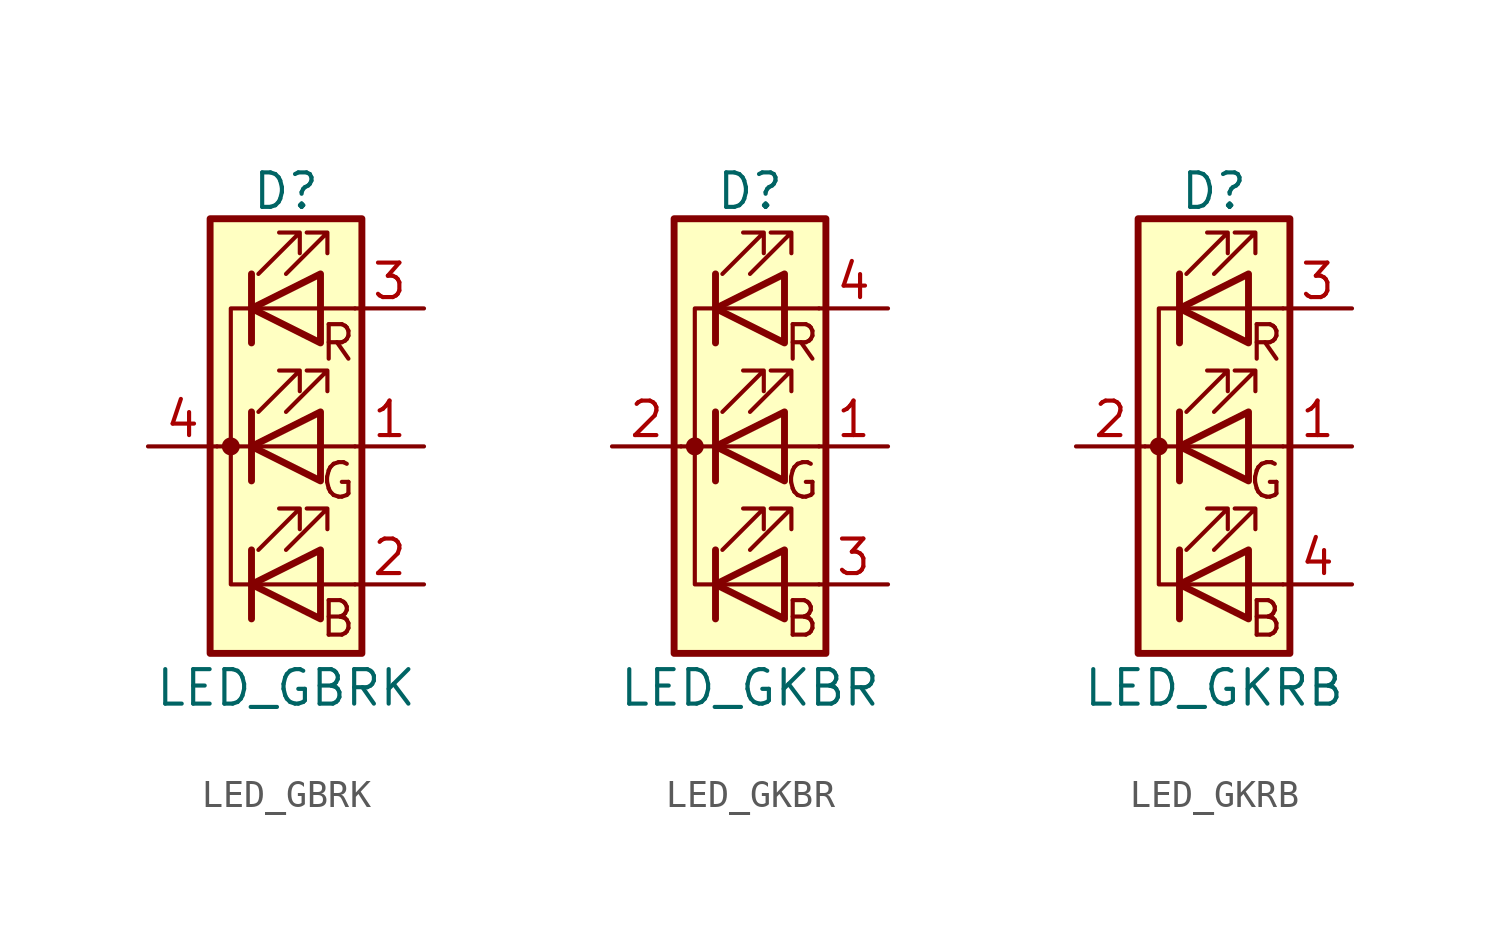
<source format=kicad_sym>
(kicad_symbol_lib
  (version 20201005)
  (generator kicad_symbol_editor)
  (symbol "LED_GBRK"
    (pin_names
      (offset 0) hide)
    (property "Reference" "D"
      (at 0 9.398 0)
      (effects (font (size 1.27 1.27))))
    (property "Value" "LED_GBRK"
      (at 0 -8.89 0)
      (effects (font (size 1.27 1.27))))
    (symbol "LED_GBRK_0_0"
      (text "B" (at 1.905 -6.35 0) (effects (font (size 1.27 1.27))))
      (text "G" (at 1.905 -1.27 0) (effects (font (size 1.27 1.27))))
      (text "R" (at 1.905 3.81 0) (effects (font (size 1.27 1.27)))))
    (symbol "LED_GBRK_0_1"
      (circle (center -2.032 0) (radius 0.254) (stroke (width 0)) (fill (type outline)))
      (rectangle (start 1.27 -1.27) (end 1.27 1.27) (stroke (width 0)) (fill (type none)))
      (rectangle (start 1.27 1.27) (end 1.27 1.27) (stroke (width 0)) (fill (type none)))
      (rectangle (start 1.27 3.81) (end 1.27 6.35) (stroke (width 0)) (fill (type none)))
      (rectangle (start 1.27 6.35) (end 1.27 6.35) (stroke (width 0)) (fill (type none)))
      (rectangle (start 2.794 8.382) (end -2.794 -7.62) (stroke (width 0.254)) (fill (type background)))
      (polyline (pts (xy -1.27 -5.08) (xy 1.27 -5.08)) (stroke (width 0)) (fill (type none)))
      (polyline (pts (xy -1.27 -3.81) (xy -1.27 -6.35)) (stroke (width 0.254)) (fill (type none)))
      (polyline (pts (xy -1.27 0) (xy -2.54 0)) (stroke (width 0)) (fill (type none)))
      (polyline (pts (xy -1.27 1.27) (xy -1.27 -1.27)) (stroke (width 0.254)) (fill (type none)))
      (polyline (pts (xy -1.27 5.08) (xy 1.27 5.08)) (stroke (width 0)) (fill (type none)))
      (polyline (pts (xy -1.27 6.35) (xy -1.27 3.81)) (stroke (width 0.254)) (fill (type none)))
      (polyline (pts (xy 1.27 -5.08) (xy 2.54 -5.08)) (stroke (width 0)) (fill (type none)))
      (polyline (pts (xy 1.27 0) (xy -1.27 0)) (stroke (width 0)) (fill (type none)))
      (polyline (pts (xy 1.27 0) (xy 2.54 0)) (stroke (width 0)) (fill (type none)))
      (polyline (pts (xy 1.27 5.08) (xy 2.54 5.08)) (stroke (width 0)) (fill (type none)))
      (polyline (pts (xy -1.27 1.27) (xy -1.27 -1.27) (xy -1.27 -1.27)) (stroke (width 0)) (fill (type none)))
      (polyline (pts (xy -1.27 6.35) (xy -1.27 3.81) (xy -1.27 3.81)) (stroke (width 0)) (fill (type none)))
      (polyline (pts (xy -1.27 5.08) (xy -2.032 5.08) (xy -2.032 -5.08) (xy -1.016 -5.08)) (stroke (width 0)) (fill (type none)))
      (polyline (pts (xy 1.27 -3.81) (xy 1.27 -6.35) (xy -1.27 -5.08) (xy 1.27 -3.81)) (stroke (width 0.254)) (fill (type none)))
      (polyline (pts (xy 1.27 1.27) (xy 1.27 -1.27) (xy -1.27 0) (xy 1.27 1.27)) (stroke (width 0.254)) (fill (type none)))
      (polyline (pts (xy 1.27 6.35) (xy 1.27 3.81) (xy -1.27 5.08) (xy 1.27 6.35)) (stroke (width 0.254)) (fill (type none)))
      (polyline (pts (xy -1.016 -3.81) (xy 0.508 -2.286) (xy -0.254 -2.286) (xy 0.508 -2.286) (xy 0.508 -3.048)) (stroke (width 0)) (fill (type none)))
      (polyline (pts (xy -1.016 1.27) (xy 0.508 2.794) (xy -0.254 2.794) (xy 0.508 2.794) (xy 0.508 2.032)) (stroke (width 0)) (fill (type none)))
      (polyline (pts (xy -1.016 6.35) (xy 0.508 7.874) (xy -0.254 7.874) (xy 0.508 7.874) (xy 0.508 7.112)) (stroke (width 0)) (fill (type none)))
      (polyline (pts (xy 0 -3.81) (xy 1.524 -2.286) (xy 0.762 -2.286) (xy 1.524 -2.286) (xy 1.524 -3.048)) (stroke (width 0)) (fill (type none)))
      (polyline (pts (xy 0 1.27) (xy 1.524 2.794) (xy 0.762 2.794) (xy 1.524 2.794) (xy 1.524 2.032)) (stroke (width 0)) (fill (type none)))
      (polyline (pts (xy 0 6.35) (xy 1.524 7.874) (xy 0.762 7.874) (xy 1.524 7.874) (xy 1.524 7.112)) (stroke (width 0)) (fill (type none))))
    (symbol "LED_GBRK_1_1"
      (pin passive line (at 5.08 0 180) (length 2.54) (name "GA" (effects (font (size 1.27 1.27)))) (number "1" (effects (font (size 1.27 1.27)))))
      (pin passive line (at 5.08 -5.08 180) (length 2.54) (name "BA" (effects (font (size 1.27 1.27)))) (number "2" (effects (font (size 1.27 1.27)))))
      (pin passive line (at 5.08 5.08 180) (length 2.54) (name "RA" (effects (font (size 1.27 1.27)))) (number "3" (effects (font (size 1.27 1.27)))))
      (pin passive line (at -5.08 0 0) (length 2.54) (name "K" (effects (font (size 1.27 1.27)))) (number "4" (effects (font (size 1.27 1.27)))))))
  (symbol "LED_GKBR"
    (pin_names
      (offset 0) hide)
    (property "Reference" "D"
      (at 0 9.398 0)
      (effects (font (size 1.27 1.27))))
    (property "Value" "LED_GKBR"
      (at 0 -8.89 0)
      (effects (font (size 1.27 1.27))))
    (symbol "LED_GKBR_0_0"
      (text "B" (at 1.905 -6.35 0) (effects (font (size 1.27 1.27))))
      (text "G" (at 1.905 -1.27 0) (effects (font (size 1.27 1.27))))
      (text "R" (at 1.905 3.81 0) (effects (font (size 1.27 1.27)))))
    (symbol "LED_GKBR_0_1"
      (circle (center -2.032 0) (radius 0.254) (stroke (width 0)) (fill (type outline)))
      (rectangle (start 1.27 -1.27) (end 1.27 1.27) (stroke (width 0)) (fill (type none)))
      (rectangle (start 1.27 1.27) (end 1.27 1.27) (stroke (width 0)) (fill (type none)))
      (rectangle (start 1.27 3.81) (end 1.27 6.35) (stroke (width 0)) (fill (type none)))
      (rectangle (start 1.27 6.35) (end 1.27 6.35) (stroke (width 0)) (fill (type none)))
      (rectangle (start 2.794 8.382) (end -2.794 -7.62) (stroke (width 0.254)) (fill (type background)))
      (polyline (pts (xy -1.27 -5.08) (xy 1.27 -5.08)) (stroke (width 0)) (fill (type none)))
      (polyline (pts (xy -1.27 -3.81) (xy -1.27 -6.35)) (stroke (width 0.254)) (fill (type none)))
      (polyline (pts (xy -1.27 0) (xy -2.54 0)) (stroke (width 0)) (fill (type none)))
      (polyline (pts (xy -1.27 1.27) (xy -1.27 -1.27)) (stroke (width 0.254)) (fill (type none)))
      (polyline (pts (xy -1.27 5.08) (xy 1.27 5.08)) (stroke (width 0)) (fill (type none)))
      (polyline (pts (xy -1.27 6.35) (xy -1.27 3.81)) (stroke (width 0.254)) (fill (type none)))
      (polyline (pts (xy 1.27 -5.08) (xy 2.54 -5.08)) (stroke (width 0)) (fill (type none)))
      (polyline (pts (xy 1.27 0) (xy -1.27 0)) (stroke (width 0)) (fill (type none)))
      (polyline (pts (xy 1.27 0) (xy 2.54 0)) (stroke (width 0)) (fill (type none)))
      (polyline (pts (xy 1.27 5.08) (xy 2.54 5.08)) (stroke (width 0)) (fill (type none)))
      (polyline (pts (xy -1.27 1.27) (xy -1.27 -1.27) (xy -1.27 -1.27)) (stroke (width 0)) (fill (type none)))
      (polyline (pts (xy -1.27 6.35) (xy -1.27 3.81) (xy -1.27 3.81)) (stroke (width 0)) (fill (type none)))
      (polyline (pts (xy -1.27 5.08) (xy -2.032 5.08) (xy -2.032 -5.08) (xy -1.016 -5.08)) (stroke (width 0)) (fill (type none)))
      (polyline (pts (xy 1.27 -3.81) (xy 1.27 -6.35) (xy -1.27 -5.08) (xy 1.27 -3.81)) (stroke (width 0.254)) (fill (type none)))
      (polyline (pts (xy 1.27 1.27) (xy 1.27 -1.27) (xy -1.27 0) (xy 1.27 1.27)) (stroke (width 0.254)) (fill (type none)))
      (polyline (pts (xy 1.27 6.35) (xy 1.27 3.81) (xy -1.27 5.08) (xy 1.27 6.35)) (stroke (width 0.254)) (fill (type none)))
      (polyline (pts (xy -1.016 -3.81) (xy 0.508 -2.286) (xy -0.254 -2.286) (xy 0.508 -2.286) (xy 0.508 -3.048)) (stroke (width 0)) (fill (type none)))
      (polyline (pts (xy -1.016 1.27) (xy 0.508 2.794) (xy -0.254 2.794) (xy 0.508 2.794) (xy 0.508 2.032)) (stroke (width 0)) (fill (type none)))
      (polyline (pts (xy -1.016 6.35) (xy 0.508 7.874) (xy -0.254 7.874) (xy 0.508 7.874) (xy 0.508 7.112)) (stroke (width 0)) (fill (type none)))
      (polyline (pts (xy 0 -3.81) (xy 1.524 -2.286) (xy 0.762 -2.286) (xy 1.524 -2.286) (xy 1.524 -3.048)) (stroke (width 0)) (fill (type none)))
      (polyline (pts (xy 0 1.27) (xy 1.524 2.794) (xy 0.762 2.794) (xy 1.524 2.794) (xy 1.524 2.032)) (stroke (width 0)) (fill (type none)))
      (polyline (pts (xy 0 6.35) (xy 1.524 7.874) (xy 0.762 7.874) (xy 1.524 7.874) (xy 1.524 7.112)) (stroke (width 0)) (fill (type none))))
    (symbol "LED_GKBR_1_1"
      (pin passive line (at 5.08 0 180) (length 2.54) (name "GA" (effects (font (size 1.27 1.27)))) (number "1" (effects (font (size 1.27 1.27)))))
      (pin passive line (at -5.08 0 0) (length 2.54) (name "K" (effects (font (size 1.27 1.27)))) (number "2" (effects (font (size 1.27 1.27)))))
      (pin passive line (at 5.08 -5.08 180) (length 2.54) (name "BA" (effects (font (size 1.27 1.27)))) (number "3" (effects (font (size 1.27 1.27)))))
      (pin passive line (at 5.08 5.08 180) (length 2.54) (name "RA" (effects (font (size 1.27 1.27)))) (number "4" (effects (font (size 1.27 1.27)))))))
  (symbol "LED_GKRB"
    (pin_names
      (offset 0) hide)
    (property "Reference" "D"
      (at 0 9.398 0)
      (effects (font (size 1.27 1.27))))
    (property "Value" "LED_GKRB"
      (at 0 -8.89 0)
      (effects (font (size 1.27 1.27))))
    (symbol "LED_GKRB_0_0"
      (text "B" (at 1.905 -6.35 0) (effects (font (size 1.27 1.27))))
      (text "G" (at 1.905 -1.27 0) (effects (font (size 1.27 1.27))))
      (text "R" (at 1.905 3.81 0) (effects (font (size 1.27 1.27)))))
    (symbol "LED_GKRB_0_1"
      (circle (center -2.032 0) (radius 0.254) (stroke (width 0)) (fill (type outline)))
      (rectangle (start 1.27 -1.27) (end 1.27 1.27) (stroke (width 0)) (fill (type none)))
      (rectangle (start 1.27 1.27) (end 1.27 1.27) (stroke (width 0)) (fill (type none)))
      (rectangle (start 1.27 3.81) (end 1.27 6.35) (stroke (width 0)) (fill (type none)))
      (rectangle (start 1.27 6.35) (end 1.27 6.35) (stroke (width 0)) (fill (type none)))
      (rectangle (start 2.794 8.382) (end -2.794 -7.62) (stroke (width 0.254)) (fill (type background)))
      (polyline (pts (xy -1.27 -5.08) (xy 1.27 -5.08)) (stroke (width 0)) (fill (type none)))
      (polyline (pts (xy -1.27 -3.81) (xy -1.27 -6.35)) (stroke (width 0.254)) (fill (type none)))
      (polyline (pts (xy -1.27 0) (xy -2.54 0)) (stroke (width 0)) (fill (type none)))
      (polyline (pts (xy -1.27 1.27) (xy -1.27 -1.27)) (stroke (width 0.254)) (fill (type none)))
      (polyline (pts (xy -1.27 5.08) (xy 1.27 5.08)) (stroke (width 0)) (fill (type none)))
      (polyline (pts (xy -1.27 6.35) (xy -1.27 3.81)) (stroke (width 0.254)) (fill (type none)))
      (polyline (pts (xy 1.27 -5.08) (xy 2.54 -5.08)) (stroke (width 0)) (fill (type none)))
      (polyline (pts (xy 1.27 0) (xy -1.27 0)) (stroke (width 0)) (fill (type none)))
      (polyline (pts (xy 1.27 0) (xy 2.54 0)) (stroke (width 0)) (fill (type none)))
      (polyline (pts (xy 1.27 5.08) (xy 2.54 5.08)) (stroke (width 0)) (fill (type none)))
      (polyline (pts (xy -1.27 1.27) (xy -1.27 -1.27) (xy -1.27 -1.27)) (stroke (width 0)) (fill (type none)))
      (polyline (pts (xy -1.27 6.35) (xy -1.27 3.81) (xy -1.27 3.81)) (stroke (width 0)) (fill (type none)))
      (polyline (pts (xy -1.27 5.08) (xy -2.032 5.08) (xy -2.032 -5.08) (xy -1.016 -5.08)) (stroke (width 0)) (fill (type none)))
      (polyline (pts (xy 1.27 -3.81) (xy 1.27 -6.35) (xy -1.27 -5.08) (xy 1.27 -3.81)) (stroke (width 0.254)) (fill (type none)))
      (polyline (pts (xy 1.27 1.27) (xy 1.27 -1.27) (xy -1.27 0) (xy 1.27 1.27)) (stroke (width 0.254)) (fill (type none)))
      (polyline (pts (xy 1.27 6.35) (xy 1.27 3.81) (xy -1.27 5.08) (xy 1.27 6.35)) (stroke (width 0.254)) (fill (type none)))
      (polyline (pts (xy -1.016 -3.81) (xy 0.508 -2.286) (xy -0.254 -2.286) (xy 0.508 -2.286) (xy 0.508 -3.048)) (stroke (width 0)) (fill (type none)))
      (polyline (pts (xy -1.016 1.27) (xy 0.508 2.794) (xy -0.254 2.794) (xy 0.508 2.794) (xy 0.508 2.032)) (stroke (width 0)) (fill (type none)))
      (polyline (pts (xy -1.016 6.35) (xy 0.508 7.874) (xy -0.254 7.874) (xy 0.508 7.874) (xy 0.508 7.112)) (stroke (width 0)) (fill (type none)))
      (polyline (pts (xy 0 -3.81) (xy 1.524 -2.286) (xy 0.762 -2.286) (xy 1.524 -2.286) (xy 1.524 -3.048)) (stroke (width 0)) (fill (type none)))
      (polyline (pts (xy 0 1.27) (xy 1.524 2.794) (xy 0.762 2.794) (xy 1.524 2.794) (xy 1.524 2.032)) (stroke (width 0)) (fill (type none)))
      (polyline (pts (xy 0 6.35) (xy 1.524 7.874) (xy 0.762 7.874) (xy 1.524 7.874) (xy 1.524 7.112)) (stroke (width 0)) (fill (type none))))
    (symbol "LED_GKRB_1_1"
      (pin passive line (at 5.08 0 180) (length 2.54) (name "GA" (effects (font (size 1.27 1.27)))) (number "1" (effects (font (size 1.27 1.27)))))
      (pin passive line (at -5.08 0 0) (length 2.54) (name "K" (effects (font (size 1.27 1.27)))) (number "2" (effects (font (size 1.27 1.27)))))
      (pin passive line (at 5.08 5.08 180) (length 2.54) (name "RA" (effects (font (size 1.27 1.27)))) (number "3" (effects (font (size 1.27 1.27)))))
      (pin passive line (at 5.08 -5.08 180) (length 2.54) (name "BA" (effects (font (size 1.27 1.27)))) (number "4" (effects (font (size 1.27 1.27))))))))
</source>
